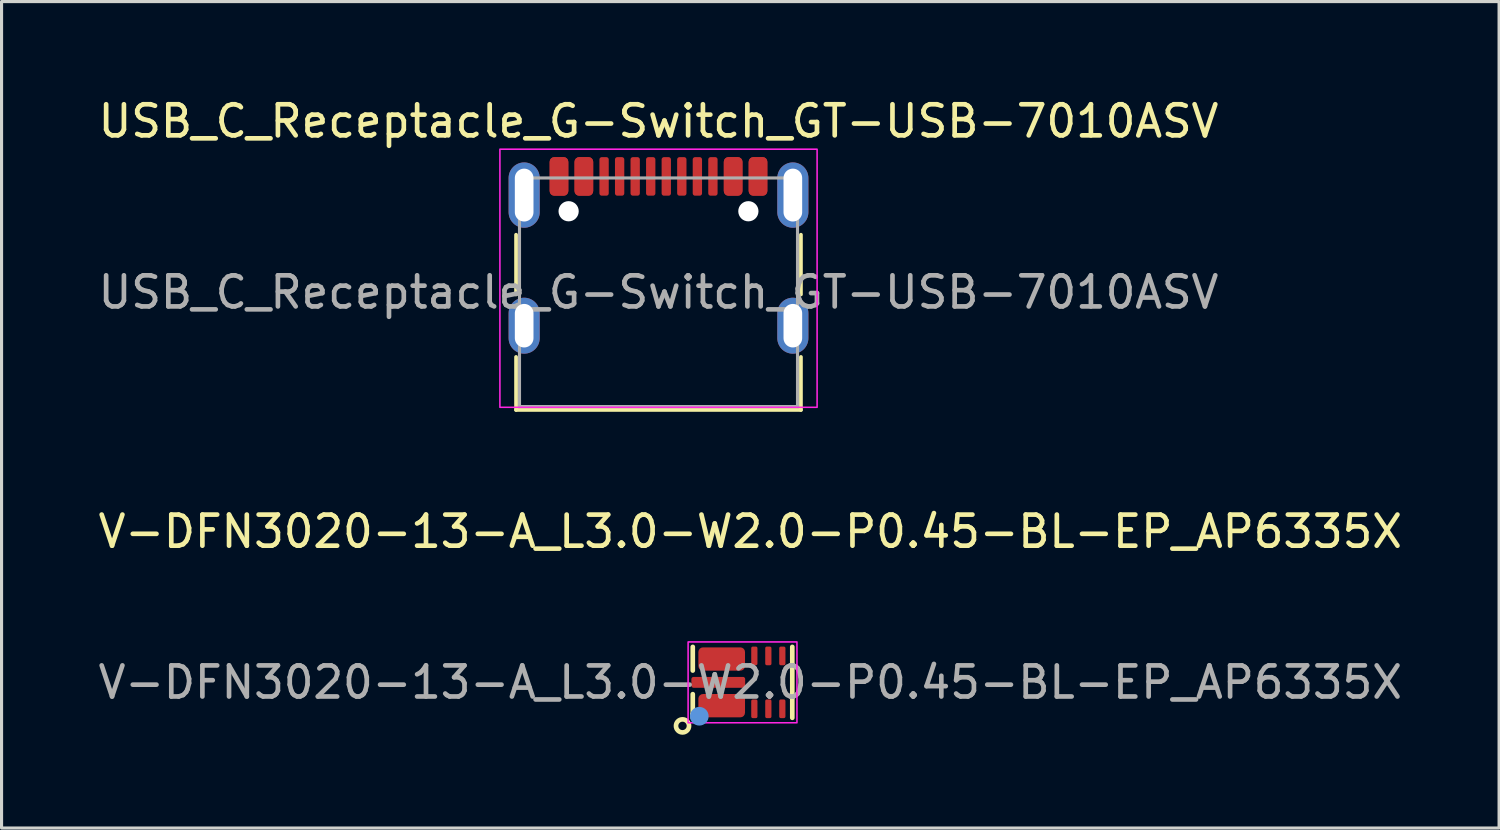
<source format=kicad_pcb>
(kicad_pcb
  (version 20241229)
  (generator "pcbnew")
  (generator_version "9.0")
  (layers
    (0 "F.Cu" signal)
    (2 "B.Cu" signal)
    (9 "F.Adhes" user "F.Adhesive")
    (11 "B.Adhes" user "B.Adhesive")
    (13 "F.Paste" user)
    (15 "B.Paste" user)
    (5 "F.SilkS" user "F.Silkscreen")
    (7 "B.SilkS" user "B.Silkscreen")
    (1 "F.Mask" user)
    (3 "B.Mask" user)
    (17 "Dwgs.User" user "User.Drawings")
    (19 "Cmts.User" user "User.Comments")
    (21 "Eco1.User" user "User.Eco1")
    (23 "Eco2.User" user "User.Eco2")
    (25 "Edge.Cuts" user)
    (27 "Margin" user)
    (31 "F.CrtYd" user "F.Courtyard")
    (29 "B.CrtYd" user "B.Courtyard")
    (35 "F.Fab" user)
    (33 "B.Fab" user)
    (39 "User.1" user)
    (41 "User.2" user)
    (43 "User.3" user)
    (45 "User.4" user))
  (footprint "USB_C_Receptacle_G-Switch_GT-USB-7010ASV"
    (layer "F.Cu")
    (at 18.125 6.348)
    (property "Reference" "USB_C_Receptacle_G-Switch_GT-USB-7010ASV" (at 0 -5.5 0) (layer "F.SilkS") (effects (font (size 1 1) (thickness 0.15))))
    (attr smd)
    (fp_line (start -4.58 -1.85) (end -4.58 0.07) (stroke (width 0.12) (type solid)) (layer "F.SilkS"))
    (fp_line (start -4.58 3.785) (end -4.58 2.08) (stroke (width 0.12) (type solid)) (layer "F.SilkS"))
    (fp_line (start 4.58 0.07) (end 4.58 -1.85) (stroke (width 0.12) (type solid)) (layer "F.SilkS"))
    (fp_line (start 4.58 2.08) (end 4.58 3.785) (stroke (width 0.12) (type solid)) (layer "F.SilkS"))
    (fp_line (start 4.58 3.785) (end -4.58 3.785) (stroke (width 0.12) (type solid)) (layer "F.SilkS"))
    (fp_rect (start -5.1 -4.6) (end 5.1 3.7) (stroke (width 0.05) (type default)) (fill no) (layer "F.CrtYd"))
    (fp_line (start -4.47 -3.675) (end -4.47 3.675) (stroke (width 0.1) (type solid)) (layer "F.Fab"))
    (fp_line (start -4.47 -3.675) (end 4.47 -3.675) (stroke (width 0.1) (type solid)) (layer "F.Fab"))
    (fp_line (start -4.47 3.675) (end 4.47 3.675) (stroke (width 0.1) (type solid)) (layer "F.Fab"))
    (fp_line (start 4.47 3.675) (end 4.47 -3.675) (stroke (width 0.1) (type solid)) (layer "F.Fab"))
    (fp_text user "${REFERENCE}" (at 0 0 0) (layer "F.Fab") (effects (font (size 1 1) (thickness 0.15))))
    (pad "" np_thru_hole circle (at -2.89 -2.605) (size 0.65 0.65) (drill 0.65) (layers "*.Cu" "*.Mask"))
    (pad "" np_thru_hole circle (at 2.89 -2.605) (size 0.65 0.65) (drill 0.65) (layers "*.Cu" "*.Mask"))
    (pad "A1" smd roundrect (at -3.2 -3.725) (size 0.6 1.24) (layers "F.Cu" "F.Mask" "F.Paste") (roundrect_rratio 0.25))
    (pad "A4" smd roundrect (at -2.4 -3.725) (size 0.6 1.24) (layers "F.Cu" "F.Mask" "F.Paste") (roundrect_rratio 0.25))
    (pad "A5" smd roundrect (at -1.25 -3.725) (size 0.3 1.24) (layers "F.Cu" "F.Mask" "F.Paste") (roundrect_rratio 0.25))
    (pad "A6" smd roundrect (at -0.25 -3.725) (size 0.3 1.24) (layers "F.Cu" "F.Mask" "F.Paste") (roundrect_rratio 0.25))
    (pad "A7" smd roundrect (at 0.25 -3.725) (size 0.3 1.24) (layers "F.Cu" "F.Mask" "F.Paste") (roundrect_rratio 0.25))
    (pad "A8" smd roundrect (at 1.25 -3.725) (size 0.3 1.24) (layers "F.Cu" "F.Mask" "F.Paste") (roundrect_rratio 0.25))
    (pad "A9" smd roundrect (at 2.4 -3.725) (size 0.6 1.24) (layers "F.Cu" "F.Mask" "F.Paste") (roundrect_rratio 0.25))
    (pad "A12" smd roundrect (at 3.2 -3.725) (size 0.6 1.24) (layers "F.Cu" "F.Mask" "F.Paste") (roundrect_rratio 0.25))
    (pad "B1" smd roundrect (at 3.2 -3.725) (size 0.6 1.24) (layers "F.Cu" "F.Mask" "F.Paste") (roundrect_rratio 0.25))
    (pad "B4" smd roundrect (at 2.4 -3.725) (size 0.6 1.24) (layers "F.Cu" "F.Mask" "F.Paste") (roundrect_rratio 0.25))
    (pad "B5" smd roundrect (at 1.75 -3.725) (size 0.3 1.24) (layers "F.Cu" "F.Mask" "F.Paste") (roundrect_rratio 0.25))
    (pad "B6" smd roundrect (at 0.75 -3.725) (size 0.3 1.24) (layers "F.Cu" "F.Mask" "F.Paste") (roundrect_rratio 0.25))
    (pad "B7" smd roundrect (at -0.75 -3.725) (size 0.3 1.24) (layers "F.Cu" "F.Mask" "F.Paste") (roundrect_rratio 0.25))
    (pad "B8" smd roundrect (at -1.75 -3.725) (size 0.3 1.24) (layers "F.Cu" "F.Mask" "F.Paste") (roundrect_rratio 0.25))
    (pad "B9" smd roundrect (at -2.4 -3.725) (size 0.6 1.24) (layers "F.Cu" "F.Mask" "F.Paste") (roundrect_rratio 0.25))
    (pad "B12" smd roundrect (at -3.2 -3.725) (size 0.6 1.24) (layers "F.Cu" "F.Mask" "F.Paste") (roundrect_rratio 0.25))
    (pad "S1" thru_hole oval (at -4.32 -3.125) (size 1 2.1) (drill oval 0.6 1.7) (layers "*.Cu" "*.Mask"))
    (pad "S1" thru_hole oval (at -4.32 1.075) (size 1 1.8) (drill oval 0.6 1.4) (layers "*.Cu" "*.Mask"))
    (pad "S1" thru_hole oval (at 4.32 -3.125) (size 1 2.1) (drill oval 0.6 1.7) (layers "*.Cu" "*.Mask"))
    (pad "S1" thru_hole oval (at 4.32 1.075) (size 1 1.8) (drill oval 0.6 1.4) (layers "*.Cu" "*.Mask")))
  (footprint "V-DFN3020-13-A_L3.0-W2.0-P0.45-BL-EP_AP6335X"
    (layer "F.Cu")
    (at 21.077 18.892)
    (property "Reference" "V-DFN3020-13-A_L3.0-W2.0-P0.45-BL-EP_AP6335X" (at 0 -4.85 0) (layer "F.SilkS") (effects (font (size 1 1) (thickness 0.15))))
    (attr smd)
    (fp_line (start -1.85 -1.14) (end -1.85 -0.38) (stroke (width 0.15) (type solid)) (layer "F.SilkS"))
    (fp_line (start -1.85 0.38) (end -1.85 1.02) (stroke (width 0.15) (type solid)) (layer "F.SilkS"))
    (fp_line (start -1.85 1.02) (end -1.85 1.02) (stroke (width 0.15) (type solid)) (layer "F.SilkS"))
    (fp_line (start -1.85 1.02) (end -1.85 1.14) (stroke (width 0.15) (type solid)) (layer "F.SilkS"))
    (fp_line (start 1.35 -1.14) (end 1.35 1.14) (stroke (width 0.15) (type solid)) (layer "F.SilkS"))
    (fp_circle (center -2.18 1.4) (end -1.97 1.4) (stroke (width 0.15) (type solid)) (fill no) (layer "F.SilkS"))
    (fp_circle (center -1.64 1.09) (end -1.49 1.09) (stroke (width 0.3) (type solid)) (fill no) (layer "Cmts.User"))
    (fp_rect (start -2 -1.3) (end 1.5 1.3) (stroke (width 0.05) (type default)) (fill no) (layer "F.CrtYd"))
    (fp_circle (center -1.74 1) (end -1.71 1) (stroke (width 0.06) (type solid)) (fill no) (layer "F.Fab"))
    (fp_text user "${REFERENCE}" (at 0 0 0) (layer "F.Fab") (effects (font (size 1 1) (thickness 0.15))))
    (pad "1" smd roundrect (at -0.92 0.75) (size 1.5 0.75) (layers "F.Cu" "F.Mask" "F.Paste") (roundrect_rratio 0.2))
    (pad "2" smd roundrect (at 0.13 0.85) (size 0.2 0.6) (layers "F.Cu" "F.Mask" "F.Paste") (roundrect_rratio 0.25))
    (pad "3" smd roundrect (at 0.58 0.85) (size 0.2 0.6) (layers "F.Cu" "F.Mask" "F.Paste") (roundrect_rratio 0.25))
    (pad "4" smd roundrect (at 1.03 0.85) (size 0.2 0.6) (layers "F.Cu" "F.Mask" "F.Paste") (roundrect_rratio 0.25))
    (pad "5" smd roundrect (at 1.03 -0.85) (size 0.2 0.6) (layers "F.Cu" "F.Mask" "F.Paste") (roundrect_rratio 0.25))
    (pad "6" smd roundrect (at 0.58 -0.85) (size 0.2 0.6) (layers "F.Cu" "F.Mask" "F.Paste") (roundrect_rratio 0.25))
    (pad "7" smd roundrect (at 0.13 -0.85) (size 0.2 0.6) (layers "F.Cu" "F.Mask" "F.Paste") (roundrect_rratio 0.25))
    (pad "8" smd roundrect (at -0.92 -0.75) (size 1.5 0.75) (layers "F.Cu" "F.Mask" "F.Paste") (roundrect_rratio 0.2))
    (pad "9" smd roundrect (at -1.03 0) (size 1.73 0.35) (layers "F.Cu" "F.Mask" "F.Paste") (roundrect_rratio 0.2)))
  (gr_rect
    (start -3 -3)
    (end 45.155 23.576)
    (stroke (width 0.1) (type default))
    (fill no)
    (layer "Edge.Cuts")))
</source>
